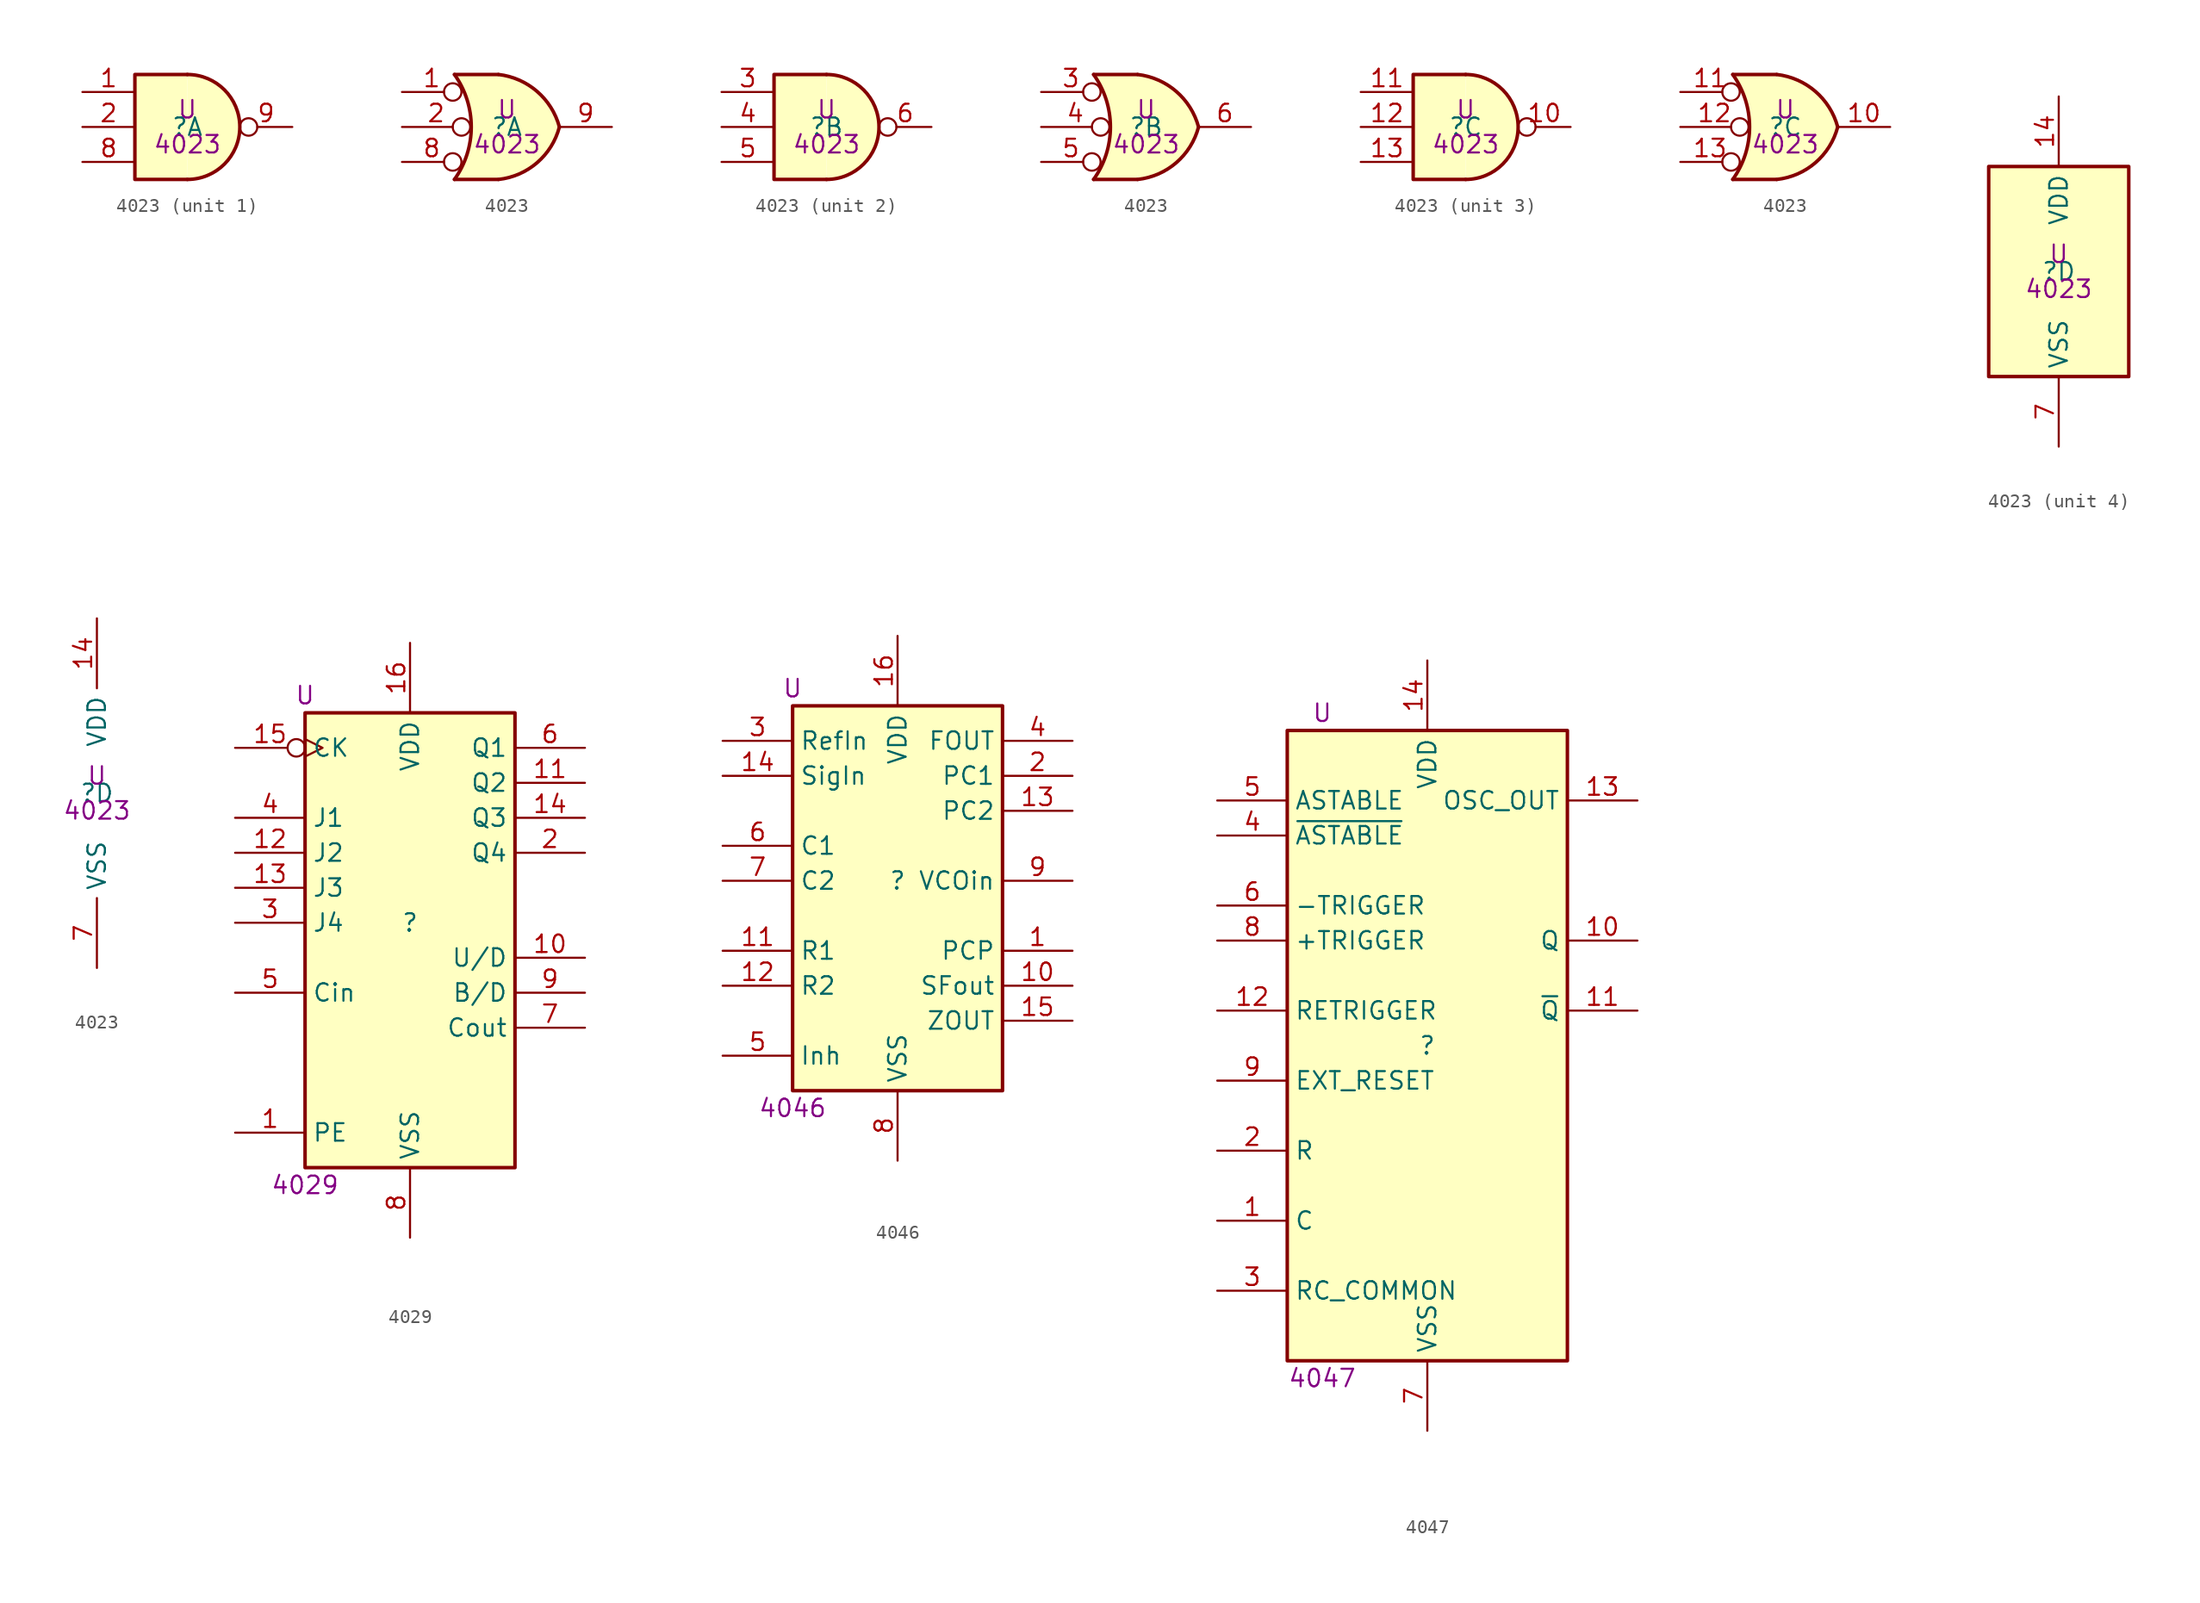
<source format=kicad_sym>
(kicad_symbol_lib
  (version 20200126)
  (host kicad_symbol_editor "(5.99.0-1075-g01a6d0067)")
  (symbol "4023"
    (property "ki_reference" "U"
      (at 0 1.27 0))
    (property "ki_value" "4023"
      (at 0 -1.27 0))
    (property "ki_locked" ""
      (at 0 0 0))
    (symbol "4023_1_1"
      (arc (start 0 -3.81) (end 0 3.81) (radius (at 0 0) (length 3.81) (angles -89.9 89.9)) (stroke (width 0.254)) (fill (type background)))
      (polyline (pts (xy 0 3.81) (xy -3.81 3.81) (xy -3.81 -3.81) (xy 0 -3.81)) (stroke (width 0.254)) (fill (type background)))
      (pin input line (at -7.62 2.54 0) (length 3.81) (name "~") (number "1"))
      (pin input line (at -7.62 0 0) (length 3.81) (name "~") (number "2"))
      (pin input line (at -7.62 -2.54 0) (length 3.81) (name "~") (number "8"))
      (pin output inverted (at 7.62 0 180) (length 3.81) (name "~") (number "9")))
    (symbol "4023_2_1"
      (arc (start 0 -3.81) (end 0 3.81) (radius (at 0 0) (length 3.81) (angles -89.9 89.9)) (stroke (width 0.254)) (fill (type background)))
      (polyline (pts (xy 0 3.81) (xy -3.81 3.81) (xy -3.81 -3.81) (xy 0 -3.81)) (stroke (width 0.254)) (fill (type background)))
      (pin input line (at -7.62 2.54 0) (length 3.81) (name "~") (number "3"))
      (pin input line (at -7.62 0 0) (length 3.81) (name "~") (number "4"))
      (pin input line (at -7.62 -2.54 0) (length 3.81) (name "~") (number "5"))
      (pin output inverted (at 7.62 0 180) (length 3.81) (name "~") (number "6")))
    (symbol "4023_3_1"
      (arc (start 0 -3.81) (end 0 3.81) (radius (at 0 0) (length 3.81) (angles -89.9 89.9)) (stroke (width 0.254)) (fill (type background)))
      (polyline (pts (xy 0 3.81) (xy -3.81 3.81) (xy -3.81 -3.81) (xy 0 -3.81)) (stroke (width 0.254)) (fill (type background)))
      (pin output inverted (at 7.62 0 180) (length 3.81) (name "~") (number "10"))
      (pin input line (at -7.62 2.54 0) (length 3.81) (name "~") (number "11"))
      (pin input line (at -7.62 0 0) (length 3.81) (name "~") (number "12"))
      (pin input line (at -7.62 -2.54 0) (length 3.81) (name "~") (number "13")))
    (symbol "4023_1_2"
      (arc (start -3.81 3.81) (end -3.81 -3.81) (radius (at -9.144 0) (length 6.5532) (angles 35.4 -35.4)) (stroke (width 0.254)))
      (arc (start 3.81 0) (end -0.6096 3.81) (radius (at -1.1938 -1.3208) (length 5.1816) (angles 15 83.7)) (stroke (width 0.254)) (fill (type background)))
      (arc (start 3.81 0) (end -0.6096 -3.81) (radius (at -1.1938 1.3208) (length 5.1816) (angles -15 -83.7)) (stroke (width 0.254)) (fill (type background)))
      (polyline (pts (xy -3.81 -3.81) (xy -0.635 -3.81)) (stroke (width 0.254)) (fill (type background)))
      (polyline (pts (xy -3.81 3.81) (xy -0.635 3.81)) (stroke (width 0.254)) (fill (type background)))
      (polyline (pts (xy -0.635 3.81) (xy -3.81 3.81) (xy -3.81 3.81) (xy -3.556 3.404) (xy -3.023 2.261) (xy -2.692 1.041) (xy -2.616 -0.254) (xy -2.769 -1.499) (xy -3.175 -2.718) (xy -3.81 -3.81) (xy -3.81 -3.81) (xy -0.635 -3.81)) (stroke (width -25.4)) (fill (type background)))
      (pin input inverted (at -7.62 2.54 0) (length 4.318) (name "~") (number "1"))
      (pin input inverted (at -7.62 0 0) (length 4.953) (name "~") (number "2"))
      (pin input inverted (at -7.62 -2.54 0) (length 4.318) (name "~") (number "8"))
      (pin output line (at 7.62 0 180) (length 3.81) (name "~") (number "9")))
    (symbol "4023_2_2"
      (arc (start -3.81 3.81) (end -3.81 -3.81) (radius (at -9.144 0) (length 6.5532) (angles 35.4 -35.4)) (stroke (width 0.254)))
      (arc (start 3.81 0) (end -0.6096 3.81) (radius (at -1.1938 -1.3208) (length 5.1816) (angles 15 83.7)) (stroke (width 0.254)) (fill (type background)))
      (arc (start 3.81 0) (end -0.6096 -3.81) (radius (at -1.1938 1.3208) (length 5.1816) (angles -15 -83.7)) (stroke (width 0.254)) (fill (type background)))
      (polyline (pts (xy -3.81 -3.81) (xy -0.635 -3.81)) (stroke (width 0.254)) (fill (type background)))
      (polyline (pts (xy -3.81 3.81) (xy -0.635 3.81)) (stroke (width 0.254)) (fill (type background)))
      (polyline (pts (xy -0.635 3.81) (xy -3.81 3.81) (xy -3.81 3.81) (xy -3.556 3.404) (xy -3.023 2.261) (xy -2.692 1.041) (xy -2.616 -0.254) (xy -2.769 -1.499) (xy -3.175 -2.718) (xy -3.81 -3.81) (xy -3.81 -3.81) (xy -0.635 -3.81)) (stroke (width -25.4)) (fill (type background)))
      (pin input inverted (at -7.62 2.54 0) (length 4.318) (name "~") (number "3"))
      (pin input inverted (at -7.62 0 0) (length 4.953) (name "~") (number "4"))
      (pin input inverted (at -7.62 -2.54 0) (length 4.318) (name "~") (number "5"))
      (pin output line (at 7.62 0 180) (length 3.81) (name "~") (number "6")))
    (symbol "4023_3_2"
      (arc (start -3.81 3.81) (end -3.81 -3.81) (radius (at -9.144 0) (length 6.5532) (angles 35.4 -35.4)) (stroke (width 0.254)))
      (arc (start 3.81 0) (end -0.6096 3.81) (radius (at -1.1938 -1.3208) (length 5.1816) (angles 15 83.7)) (stroke (width 0.254)) (fill (type background)))
      (arc (start 3.81 0) (end -0.6096 -3.81) (radius (at -1.1938 1.3208) (length 5.1816) (angles -15 -83.7)) (stroke (width 0.254)) (fill (type background)))
      (polyline (pts (xy -3.81 -3.81) (xy -0.635 -3.81)) (stroke (width 0.254)) (fill (type background)))
      (polyline (pts (xy -3.81 3.81) (xy -0.635 3.81)) (stroke (width 0.254)) (fill (type background)))
      (polyline (pts (xy -0.635 3.81) (xy -3.81 3.81) (xy -3.81 3.81) (xy -3.556 3.404) (xy -3.023 2.261) (xy -2.692 1.041) (xy -2.616 -0.254) (xy -2.769 -1.499) (xy -3.175 -2.718) (xy -3.81 -3.81) (xy -3.81 -3.81) (xy -0.635 -3.81)) (stroke (width -25.4)) (fill (type background)))
      (pin output line (at 7.62 0 180) (length 3.81) (name "~") (number "10"))
      (pin input inverted (at -7.62 2.54 0) (length 4.318) (name "~") (number "11"))
      (pin input inverted (at -7.62 0 0) (length 4.953) (name "~") (number "12"))
      (pin input inverted (at -7.62 -2.54 0) (length 4.318) (name "~") (number "13")))
    (symbol "4023_4_1"
      (rectangle (start -5.08 7.62) (end 5.08 -7.62) (stroke (width 0.254)) (fill (type background))))
    (symbol "4023_4_0"
      (pin power_in line (at 0 12.7 270) (length 5.08) (name "VDD") (number "14"))
      (pin power_in line (at 0 -12.7 90) (length 5.08) (name "VSS") (number "7"))))
  (symbol "4029"
    (property "ki_reference" "U"
      (at -7.62 16.51 0))
    (property "ki_value" "4029"
      (at -7.62 -19.05 0))
    (property "ki_locked" ""
      (at 0 0 0))
    (symbol "4029_1_1"
      (rectangle (start -7.62 15.24) (end 7.62 -17.78) (stroke (width 0.254)) (fill (type background))))
    (symbol "4029_1_0"
      (pin input line (at -12.7 -15.24 0) (length 5.08) (name "PE") (number "1"))
      (pin input line (at 12.7 -2.54 180) (length 5.08) (name "U/D") (number "10"))
      (pin output line (at 12.7 10.16 180) (length 5.08) (name "Q2") (number "11"))
      (pin input line (at -12.7 5.08 0) (length 5.08) (name "J2") (number "12"))
      (pin input line (at -12.7 2.54 0) (length 5.08) (name "J3") (number "13"))
      (pin output line (at 12.7 7.62 180) (length 5.08) (name "Q3") (number "14"))
      (pin input inverted_clock (at -12.7 12.7 0) (length 5.08) (name "CK") (number "15"))
      (pin power_in line (at 0 20.32 270) (length 5.08) (name "VDD") (number "16"))
      (pin output line (at 12.7 5.08 180) (length 5.08) (name "Q4") (number "2"))
      (pin input line (at -12.7 0 0) (length 5.08) (name "J4") (number "3"))
      (pin input line (at -12.7 7.62 0) (length 5.08) (name "J1") (number "4"))
      (pin input line (at -12.7 -5.08 0) (length 5.08) (name "Cin") (number "5"))
      (pin output line (at 12.7 12.7 180) (length 5.08) (name "Q1") (number "6"))
      (pin output line (at 12.7 -7.62 180) (length 5.08) (name "Cout") (number "7"))
      (pin power_in line (at 0 -22.86 90) (length 5.08) (name "VSS") (number "8"))
      (pin input line (at 12.7 -5.08 180) (length 5.08) (name "B/D") (number "9"))))
  (symbol "4046"
    (property "ki_reference" "U"
      (at -7.62 13.97 0))
    (property "ki_value" "4046"
      (at -7.62 -16.51 0))
    (property "ki_locked" ""
      (at 0 0 0))
    (symbol "4046_1_1"
      (rectangle (start -7.62 12.7) (end 7.62 -15.24) (stroke (width 0.254)) (fill (type background))))
    (symbol "4046_1_0"
      (pin output line (at 12.7 -5.08 180) (length 5.08) (name "PCP") (number "1"))
      (pin output line (at 12.7 -7.62 180) (length 5.08) (name "SFout") (number "10"))
      (pin input line (at -12.7 -5.08 0) (length 5.08) (name "R1") (number "11"))
      (pin input line (at -12.7 -7.62 0) (length 5.08) (name "R2") (number "12"))
      (pin tri_state line (at 12.7 5.08 180) (length 5.08) (name "PC2") (number "13"))
      (pin input line (at -12.7 10.16 0) (length 5.08) (name "RefIn") (number "3"))
      (pin output line (at 12.7 -10.16 180) (length 5.08) (name "ZOUT") (number "15"))
      (pin power_in line (at 0 17.78 270) (length 5.08) (name "VDD") (number "16"))
      (pin output line (at 12.7 7.62 180) (length 5.08) (name "PC1") (number "2"))
      (pin input line (at -12.7 7.62 0) (length 5.08) (name "SigIn") (number "14"))
      (pin input line (at 12.7 10.16 180) (length 5.08) (name "FOUT") (number "4"))
      (pin input line (at -12.7 -12.7 0) (length 5.08) (name "Inh") (number "5"))
      (pin input line (at -12.7 2.54 0) (length 5.08) (name "C1") (number "6"))
      (pin input line (at -12.7 0 0) (length 5.08) (name "C2") (number "7"))
      (pin power_in line (at 0 -20.32 90) (length 5.08) (name "VSS") (number "8"))
      (pin input line (at 12.7 0 180) (length 5.08) (name "VCOin") (number "9"))))
  (symbol "4047"
    (property "ki_reference" "U"
      (at -7.62 24.13 0))
    (property "ki_value" "4047"
      (at -7.62 -24.13 0))
    (property "ki_locked" ""
      (at 0 0 0))
    (symbol "4047_1_1"
      (rectangle (start -10.16 22.86) (end 10.16 -22.86) (stroke (width 0.254)) (fill (type background))))
    (symbol "4047_1_0"
      (pin input line (at -15.24 -12.7 0) (length 5.08) (name "C") (number "1"))
      (pin output line (at 15.24 7.62 180) (length 5.08) (name "Q") (number "10"))
      (pin output line (at 15.24 2.54 180) (length 5.08) (name "~Q") (number "11"))
      (pin input line (at -15.24 2.54 0) (length 5.08) (name "RETRIGGER") (number "12"))
      (pin output line (at 15.24 17.78 180) (length 5.08) (name "OSC_OUT") (number "13"))
      (pin power_in line (at 0 27.94 270) (length 5.08) (name "VDD") (number "14"))
      (pin input line (at -15.24 -7.62 0) (length 5.08) (name "R") (number "2"))
      (pin input line (at -15.24 -17.78 0) (length 5.08) (name "RC_COMMON") (number "3"))
      (pin input line (at -15.24 15.24 0) (length 5.08) (name "~ASTABLE") (number "4"))
      (pin input line (at -15.24 17.78 0) (length 5.08) (name "ASTABLE") (number "5"))
      (pin input line (at -15.24 10.16 0) (length 5.08) (name "-TRIGGER") (number "6"))
      (pin power_in line (at 0 -27.94 90) (length 5.08) (name "VSS") (number "7"))
      (pin input line (at -15.24 7.62 0) (length 5.08) (name "+TRIGGER") (number "8"))
      (pin input line (at -15.24 -2.54 0) (length 5.08) (name "EXT_RESET") (number "9")))))
</source>
